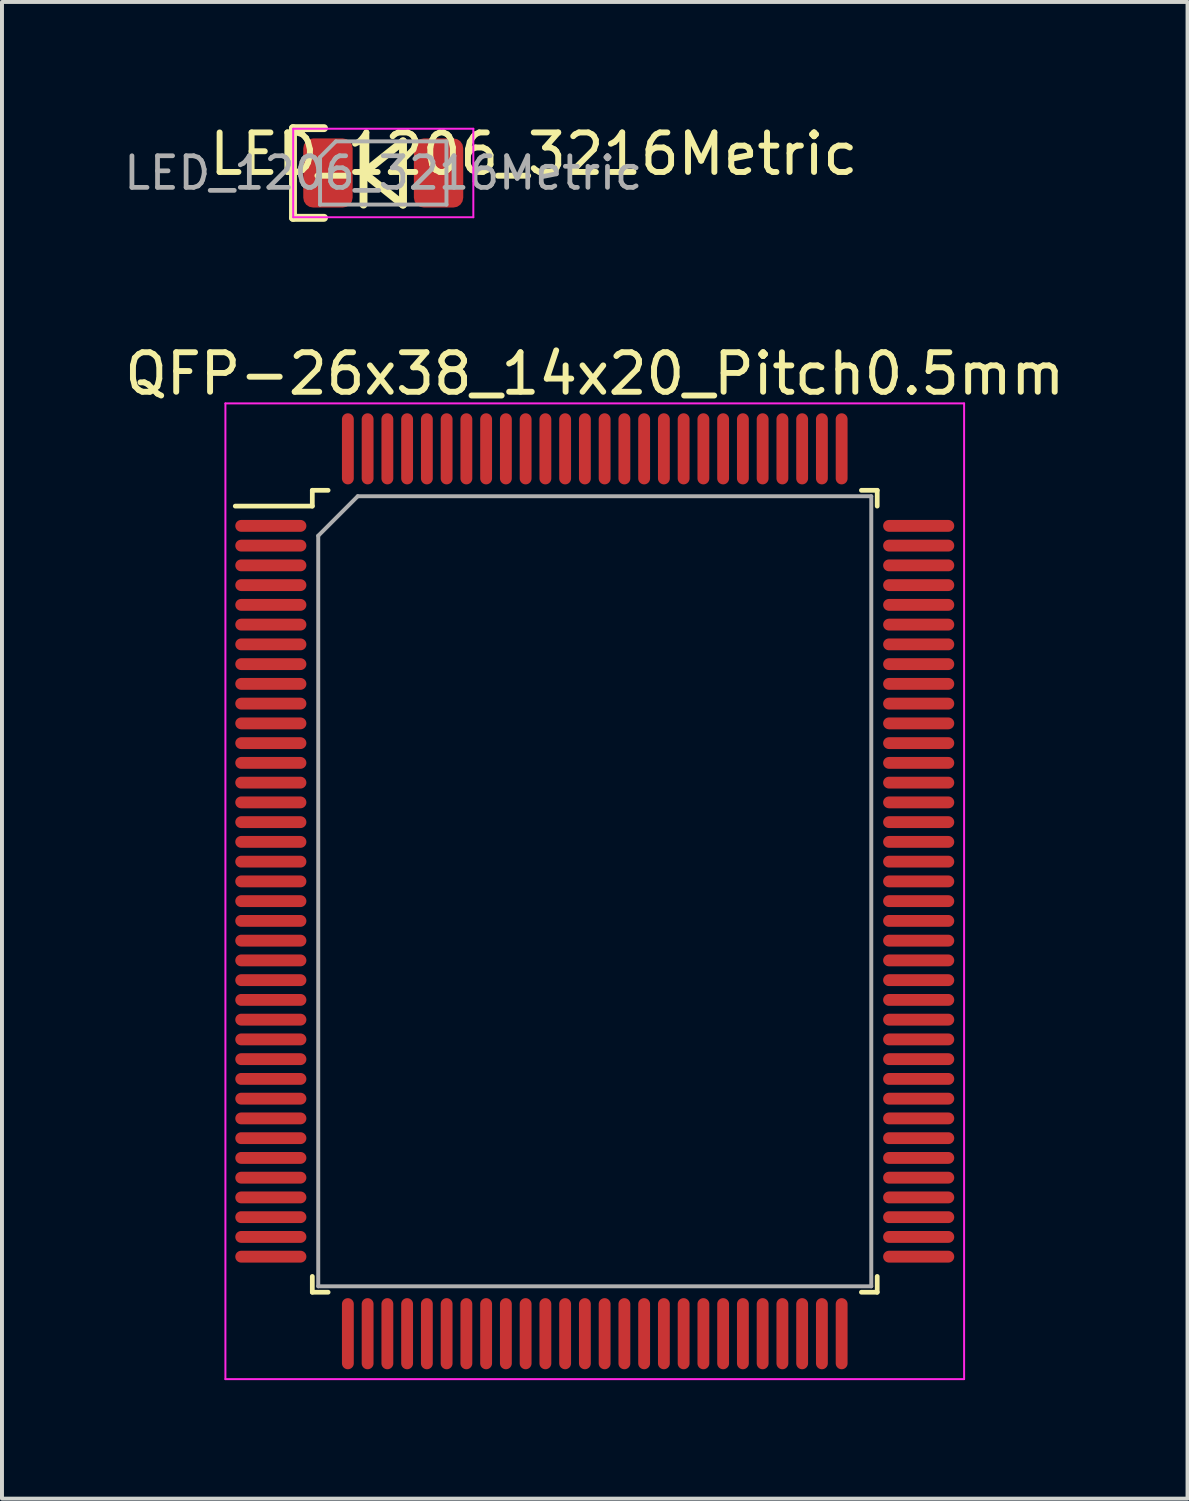
<source format=kicad_pcb>
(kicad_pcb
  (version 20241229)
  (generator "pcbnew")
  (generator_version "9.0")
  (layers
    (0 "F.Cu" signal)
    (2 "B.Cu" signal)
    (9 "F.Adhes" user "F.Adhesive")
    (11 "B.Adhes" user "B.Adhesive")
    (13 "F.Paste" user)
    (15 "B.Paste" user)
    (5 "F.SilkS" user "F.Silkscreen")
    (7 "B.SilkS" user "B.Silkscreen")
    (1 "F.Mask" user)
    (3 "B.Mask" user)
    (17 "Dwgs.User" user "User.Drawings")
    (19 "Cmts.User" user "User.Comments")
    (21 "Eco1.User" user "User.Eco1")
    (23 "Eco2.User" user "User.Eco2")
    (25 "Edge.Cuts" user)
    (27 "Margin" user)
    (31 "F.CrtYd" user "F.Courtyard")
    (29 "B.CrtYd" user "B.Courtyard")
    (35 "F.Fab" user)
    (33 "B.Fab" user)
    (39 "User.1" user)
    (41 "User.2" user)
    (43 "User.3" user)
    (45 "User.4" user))
  (footprint "QFP-26x38_14x20_Pitch0.5mm"
    (layer "F.Cu")
    (at 12.006 19.512)
    (property "Reference" "QFP-26x38_14x20_Pitch0.5mm" (at 0 -13.1 0) (layer "F.SilkS") (effects (font (size 1 1) (thickness 0.15))))
    (attr through_hole)
    (fp_line (start -7.15 -10.15) (end -7.15 -9.75) (stroke (width 0.12) (type solid)) (layer "F.SilkS"))
    (fp_line (start -7.15 -9.75) (end -9.1 -9.75) (stroke (width 0.12) (type solid)) (layer "F.SilkS"))
    (fp_line (start -7.15 10.15) (end -7.15 9.75) (stroke (width 0.12) (type solid)) (layer "F.SilkS"))
    (fp_line (start -6.75 -10.15) (end -7.15 -10.15) (stroke (width 0.12) (type solid)) (layer "F.SilkS"))
    (fp_line (start -6.75 10.15) (end -7.15 10.15) (stroke (width 0.12) (type solid)) (layer "F.SilkS"))
    (fp_line (start 6.75 -10.15) (end 7.15 -10.15) (stroke (width 0.12) (type solid)) (layer "F.SilkS"))
    (fp_line (start 6.75 10.15) (end 7.15 10.15) (stroke (width 0.12) (type solid)) (layer "F.SilkS"))
    (fp_line (start 7.15 -10.15) (end 7.15 -9.75) (stroke (width 0.12) (type solid)) (layer "F.SilkS"))
    (fp_line (start 7.15 10.15) (end 7.15 9.75) (stroke (width 0.12) (type solid)) (layer "F.SilkS"))
    (fp_line (start -9.35 -12.35) (end 9.35 -12.35) (stroke (width 0.05) (type solid)) (layer "F.CrtYd"))
    (fp_line (start -9.35 12.35) (end -9.35 -12.35) (stroke (width 0.05) (type solid)) (layer "F.CrtYd"))
    (fp_line (start 9.35 -12.35) (end 9.35 12.35) (stroke (width 0.05) (type solid)) (layer "F.CrtYd"))
    (fp_line (start 9.35 12.35) (end -9.35 12.35) (stroke (width 0.05) (type solid)) (layer "F.CrtYd"))
    (fp_line (start -7 -9) (end -7 10) (stroke (width 0.1) (type solid)) (layer "F.Fab"))
    (fp_line (start -7 10) (end 7 10) (stroke (width 0.1) (type solid)) (layer "F.Fab"))
    (fp_line (start -6 -10) (end -7 -9) (stroke (width 0.1) (type solid)) (layer "F.Fab"))
    (fp_line (start 7 -10) (end -6 -10) (stroke (width 0.1) (type solid)) (layer "F.Fab"))
    (fp_line (start 7 10) (end 7 -10) (stroke (width 0.1) (type solid)) (layer "F.Fab"))
    (pad "1" smd oval (at -8.2 -9.25 90) (size 0.3 1.8) (layers "F.Cu" "F.Mask" "F.Paste"))
    (pad "2" smd oval (at -8.2 -8.75 90) (size 0.3 1.8) (layers "F.Cu" "F.Mask" "F.Paste"))
    (pad "3" smd oval (at -8.2 -8.25 90) (size 0.3 1.8) (layers "F.Cu" "F.Mask" "F.Paste"))
    (pad "4" smd oval (at -8.2 -7.75 90) (size 0.3 1.8) (layers "F.Cu" "F.Mask" "F.Paste"))
    (pad "5" smd oval (at -8.2 -7.25 90) (size 0.3 1.8) (layers "F.Cu" "F.Mask" "F.Paste"))
    (pad "6" smd oval (at -8.2 -6.75 90) (size 0.3 1.8) (layers "F.Cu" "F.Mask" "F.Paste"))
    (pad "7" smd oval (at -8.2 -6.25 90) (size 0.3 1.8) (layers "F.Cu" "F.Mask" "F.Paste"))
    (pad "8" smd oval (at -8.2 -5.75 90) (size 0.3 1.8) (layers "F.Cu" "F.Mask" "F.Paste"))
    (pad "9" smd oval (at -8.2 -5.25 90) (size 0.3 1.8) (layers "F.Cu" "F.Mask" "F.Paste"))
    (pad "10" smd oval (at -8.2 -4.75 90) (size 0.3 1.8) (layers "F.Cu" "F.Mask" "F.Paste"))
    (pad "11" smd oval (at -8.2 -4.25 90) (size 0.3 1.8) (layers "F.Cu" "F.Mask" "F.Paste"))
    (pad "12" smd oval (at -8.2 -3.75 90) (size 0.3 1.8) (layers "F.Cu" "F.Mask" "F.Paste"))
    (pad "13" smd oval (at -8.2 -3.25 90) (size 0.3 1.8) (layers "F.Cu" "F.Mask" "F.Paste"))
    (pad "14" smd oval (at -8.2 -2.75 90) (size 0.3 1.8) (layers "F.Cu" "F.Mask" "F.Paste"))
    (pad "15" smd oval (at -8.2 -2.25 90) (size 0.3 1.8) (layers "F.Cu" "F.Mask" "F.Paste"))
    (pad "16" smd oval (at -8.2 -1.75 90) (size 0.3 1.8) (layers "F.Cu" "F.Mask" "F.Paste"))
    (pad "17" smd oval (at -8.2 -1.25 90) (size 0.3 1.8) (layers "F.Cu" "F.Mask" "F.Paste"))
    (pad "18" smd oval (at -8.2 -0.75 90) (size 0.3 1.8) (layers "F.Cu" "F.Mask" "F.Paste"))
    (pad "19" smd oval (at -8.2 -0.25 90) (size 0.3 1.8) (layers "F.Cu" "F.Mask" "F.Paste"))
    (pad "20" smd oval (at -8.2 0.25 90) (size 0.3 1.8) (layers "F.Cu" "F.Mask" "F.Paste"))
    (pad "21" smd oval (at -8.2 0.75 90) (size 0.3 1.8) (layers "F.Cu" "F.Mask" "F.Paste"))
    (pad "22" smd oval (at -8.2 1.25 90) (size 0.3 1.8) (layers "F.Cu" "F.Mask" "F.Paste"))
    (pad "23" smd oval (at -8.2 1.75 90) (size 0.3 1.8) (layers "F.Cu" "F.Mask" "F.Paste"))
    (pad "24" smd oval (at -8.2 2.25 90) (size 0.3 1.8) (layers "F.Cu" "F.Mask" "F.Paste"))
    (pad "25" smd oval (at -8.2 2.75 90) (size 0.3 1.8) (layers "F.Cu" "F.Mask" "F.Paste"))
    (pad "26" smd oval (at -8.2 3.25 90) (size 0.3 1.8) (layers "F.Cu" "F.Mask" "F.Paste"))
    (pad "27" smd oval (at -8.2 3.75 90) (size 0.3 1.8) (layers "F.Cu" "F.Mask" "F.Paste"))
    (pad "28" smd oval (at -8.2 4.25 90) (size 0.3 1.8) (layers "F.Cu" "F.Mask" "F.Paste"))
    (pad "29" smd oval (at -8.2 4.75 90) (size 0.3 1.8) (layers "F.Cu" "F.Mask" "F.Paste"))
    (pad "30" smd oval (at -8.2 5.25 90) (size 0.3 1.8) (layers "F.Cu" "F.Mask" "F.Paste"))
    (pad "31" smd oval (at -8.2 5.75 90) (size 0.3 1.8) (layers "F.Cu" "F.Mask" "F.Paste"))
    (pad "32" smd oval (at -8.2 6.25 90) (size 0.3 1.8) (layers "F.Cu" "F.Mask" "F.Paste"))
    (pad "33" smd oval (at -8.2 6.75 90) (size 0.3 1.8) (layers "F.Cu" "F.Mask" "F.Paste"))
    (pad "34" smd oval (at -8.2 7.25 90) (size 0.3 1.8) (layers "F.Cu" "F.Mask" "F.Paste"))
    (pad "35" smd oval (at -8.2 7.75 90) (size 0.3 1.8) (layers "F.Cu" "F.Mask" "F.Paste"))
    (pad "36" smd oval (at -8.2 8.25 90) (size 0.3 1.8) (layers "F.Cu" "F.Mask" "F.Paste"))
    (pad "37" smd oval (at -8.2 8.75 90) (size 0.3 1.8) (layers "F.Cu" "F.Mask" "F.Paste"))
    (pad "38" smd oval (at -8.2 9.25 90) (size 0.3 1.8) (layers "F.Cu" "F.Mask" "F.Paste"))
    (pad "39" smd oval (at -6.25 11.2) (size 0.3 1.8) (layers "F.Cu" "F.Mask" "F.Paste"))
    (pad "40" smd oval (at -5.75 11.2) (size 0.3 1.8) (layers "F.Cu" "F.Mask" "F.Paste"))
    (pad "41" smd oval (at -5.25 11.2) (size 0.3 1.8) (layers "F.Cu" "F.Mask" "F.Paste"))
    (pad "42" smd oval (at -4.75 11.2) (size 0.3 1.8) (layers "F.Cu" "F.Mask" "F.Paste"))
    (pad "43" smd oval (at -4.25 11.2) (size 0.3 1.8) (layers "F.Cu" "F.Mask" "F.Paste"))
    (pad "44" smd oval (at -3.75 11.2) (size 0.3 1.8) (layers "F.Cu" "F.Mask" "F.Paste"))
    (pad "45" smd oval (at -3.25 11.2) (size 0.3 1.8) (layers "F.Cu" "F.Mask" "F.Paste"))
    (pad "46" smd oval (at -2.75 11.2) (size 0.3 1.8) (layers "F.Cu" "F.Mask" "F.Paste"))
    (pad "47" smd oval (at -2.25 11.2) (size 0.3 1.8) (layers "F.Cu" "F.Mask" "F.Paste"))
    (pad "48" smd oval (at -1.75 11.2) (size 0.3 1.8) (layers "F.Cu" "F.Mask" "F.Paste"))
    (pad "49" smd oval (at -1.25 11.2) (size 0.3 1.8) (layers "F.Cu" "F.Mask" "F.Paste"))
    (pad "50" smd oval (at -0.75 11.2) (size 0.3 1.8) (layers "F.Cu" "F.Mask" "F.Paste"))
    (pad "51" smd oval (at -0.25 11.2) (size 0.3 1.8) (layers "F.Cu" "F.Mask" "F.Paste"))
    (pad "52" smd oval (at 0.25 11.2) (size 0.3 1.8) (layers "F.Cu" "F.Mask" "F.Paste"))
    (pad "53" smd oval (at 0.75 11.2) (size 0.3 1.8) (layers "F.Cu" "F.Mask" "F.Paste"))
    (pad "54" smd oval (at 1.25 11.2) (size 0.3 1.8) (layers "F.Cu" "F.Mask" "F.Paste"))
    (pad "55" smd oval (at 1.75 11.2) (size 0.3 1.8) (layers "F.Cu" "F.Mask" "F.Paste"))
    (pad "56" smd oval (at 2.25 11.2) (size 0.3 1.8) (layers "F.Cu" "F.Mask" "F.Paste"))
    (pad "57" smd oval (at 2.75 11.2) (size 0.3 1.8) (layers "F.Cu" "F.Mask" "F.Paste"))
    (pad "58" smd oval (at 3.25 11.2) (size 0.3 1.8) (layers "F.Cu" "F.Mask" "F.Paste"))
    (pad "59" smd oval (at 3.75 11.2) (size 0.3 1.8) (layers "F.Cu" "F.Mask" "F.Paste"))
    (pad "60" smd oval (at 4.25 11.2) (size 0.3 1.8) (layers "F.Cu" "F.Mask" "F.Paste"))
    (pad "61" smd oval (at 4.75 11.2) (size 0.3 1.8) (layers "F.Cu" "F.Mask" "F.Paste"))
    (pad "62" smd oval (at 5.25 11.2) (size 0.3 1.8) (layers "F.Cu" "F.Mask" "F.Paste"))
    (pad "63" smd oval (at 5.75 11.2) (size 0.3 1.8) (layers "F.Cu" "F.Mask" "F.Paste"))
    (pad "64" smd oval (at 6.25 11.2) (size 0.3 1.8) (layers "F.Cu" "F.Mask" "F.Paste"))
    (pad "65" smd oval (at 8.2 9.25 90) (size 0.3 1.8) (layers "F.Cu" "F.Mask" "F.Paste"))
    (pad "66" smd oval (at 8.2 8.75 90) (size 0.3 1.8) (layers "F.Cu" "F.Mask" "F.Paste"))
    (pad "67" smd oval (at 8.2 8.25 90) (size 0.3 1.8) (layers "F.Cu" "F.Mask" "F.Paste"))
    (pad "68" smd oval (at 8.2 7.75 90) (size 0.3 1.8) (layers "F.Cu" "F.Mask" "F.Paste"))
    (pad "69" smd oval (at 8.2 7.25 90) (size 0.3 1.8) (layers "F.Cu" "F.Mask" "F.Paste"))
    (pad "70" smd oval (at 8.2 6.75 90) (size 0.3 1.8) (layers "F.Cu" "F.Mask" "F.Paste"))
    (pad "71" smd oval (at 8.2 6.25 90) (size 0.3 1.8) (layers "F.Cu" "F.Mask" "F.Paste"))
    (pad "72" smd oval (at 8.2 5.75 90) (size 0.3 1.8) (layers "F.Cu" "F.Mask" "F.Paste"))
    (pad "73" smd oval (at 8.2 5.25 90) (size 0.3 1.8) (layers "F.Cu" "F.Mask" "F.Paste"))
    (pad "74" smd oval (at 8.2 4.75 90) (size 0.3 1.8) (layers "F.Cu" "F.Mask" "F.Paste"))
    (pad "75" smd oval (at 8.2 4.25 90) (size 0.3 1.8) (layers "F.Cu" "F.Mask" "F.Paste"))
    (pad "76" smd oval (at 8.2 3.75 90) (size 0.3 1.8) (layers "F.Cu" "F.Mask" "F.Paste"))
    (pad "77" smd oval (at 8.2 3.25 90) (size 0.3 1.8) (layers "F.Cu" "F.Mask" "F.Paste"))
    (pad "78" smd oval (at 8.2 2.75 90) (size 0.3 1.8) (layers "F.Cu" "F.Mask" "F.Paste"))
    (pad "79" smd oval (at 8.2 2.25 90) (size 0.3 1.8) (layers "F.Cu" "F.Mask" "F.Paste"))
    (pad "80" smd oval (at 8.2 1.75 90) (size 0.3 1.8) (layers "F.Cu" "F.Mask" "F.Paste"))
    (pad "81" smd oval (at 8.2 1.25 90) (size 0.3 1.8) (layers "F.Cu" "F.Mask" "F.Paste"))
    (pad "82" smd oval (at 8.2 0.75 90) (size 0.3 1.8) (layers "F.Cu" "F.Mask" "F.Paste"))
    (pad "83" smd oval (at 8.2 0.25 90) (size 0.3 1.8) (layers "F.Cu" "F.Mask" "F.Paste"))
    (pad "84" smd oval (at 8.2 -0.25 90) (size 0.3 1.8) (layers "F.Cu" "F.Mask" "F.Paste"))
    (pad "85" smd oval (at 8.2 -0.75 90) (size 0.3 1.8) (layers "F.Cu" "F.Mask" "F.Paste"))
    (pad "86" smd oval (at 8.2 -1.25 90) (size 0.3 1.8) (layers "F.Cu" "F.Mask" "F.Paste"))
    (pad "87" smd oval (at 8.2 -1.75 90) (size 0.3 1.8) (layers "F.Cu" "F.Mask" "F.Paste"))
    (pad "88" smd oval (at 8.2 -2.25 90) (size 0.3 1.8) (layers "F.Cu" "F.Mask" "F.Paste"))
    (pad "89" smd oval (at 8.2 -2.75 90) (size 0.3 1.8) (layers "F.Cu" "F.Mask" "F.Paste"))
    (pad "90" smd oval (at 8.2 -3.25 90) (size 0.3 1.8) (layers "F.Cu" "F.Mask" "F.Paste"))
    (pad "91" smd oval (at 8.2 -3.75 90) (size 0.3 1.8) (layers "F.Cu" "F.Mask" "F.Paste"))
    (pad "92" smd oval (at 8.2 -4.25 90) (size 0.3 1.8) (layers "F.Cu" "F.Mask" "F.Paste"))
    (pad "93" smd oval (at 8.2 -4.75 90) (size 0.3 1.8) (layers "F.Cu" "F.Mask" "F.Paste"))
    (pad "94" smd oval (at 8.2 -5.25 90) (size 0.3 1.8) (layers "F.Cu" "F.Mask" "F.Paste"))
    (pad "95" smd oval (at 8.2 -5.75 90) (size 0.3 1.8) (layers "F.Cu" "F.Mask" "F.Paste"))
    (pad "96" smd oval (at 8.2 -6.25 90) (size 0.3 1.8) (layers "F.Cu" "F.Mask" "F.Paste"))
    (pad "97" smd oval (at 8.2 -6.75 90) (size 0.3 1.8) (layers "F.Cu" "F.Mask" "F.Paste"))
    (pad "98" smd oval (at 8.2 -7.25 90) (size 0.3 1.8) (layers "F.Cu" "F.Mask" "F.Paste"))
    (pad "99" smd oval (at 8.2 -7.75 90) (size 0.3 1.8) (layers "F.Cu" "F.Mask" "F.Paste"))
    (pad "100" smd oval (at 8.2 -8.25 90) (size 0.3 1.8) (layers "F.Cu" "F.Mask" "F.Paste"))
    (pad "101" smd oval (at 8.2 -8.75 90) (size 0.3 1.8) (layers "F.Cu" "F.Mask" "F.Paste"))
    (pad "102" smd oval (at 8.2 -9.25 90) (size 0.3 1.8) (layers "F.Cu" "F.Mask" "F.Paste"))
    (pad "103" smd oval (at 6.25 -11.2) (size 0.3 1.8) (layers "F.Cu" "F.Mask" "F.Paste"))
    (pad "104" smd oval (at 5.75 -11.2) (size 0.3 1.8) (layers "F.Cu" "F.Mask" "F.Paste"))
    (pad "105" smd oval (at 5.25 -11.2) (size 0.3 1.8) (layers "F.Cu" "F.Mask" "F.Paste"))
    (pad "106" smd oval (at 4.75 -11.2) (size 0.3 1.8) (layers "F.Cu" "F.Mask" "F.Paste"))
    (pad "107" smd oval (at 4.25 -11.2) (size 0.3 1.8) (layers "F.Cu" "F.Mask" "F.Paste"))
    (pad "108" smd oval (at 3.75 -11.2) (size 0.3 1.8) (layers "F.Cu" "F.Mask" "F.Paste"))
    (pad "109" smd oval (at 3.25 -11.2) (size 0.3 1.8) (layers "F.Cu" "F.Mask" "F.Paste"))
    (pad "110" smd oval (at 2.75 -11.2) (size 0.3 1.8) (layers "F.Cu" "F.Mask" "F.Paste"))
    (pad "111" smd oval (at 2.25 -11.2) (size 0.3 1.8) (layers "F.Cu" "F.Mask" "F.Paste"))
    (pad "112" smd oval (at 1.75 -11.2) (size 0.3 1.8) (layers "F.Cu" "F.Mask" "F.Paste"))
    (pad "113" smd oval (at 1.25 -11.2) (size 0.3 1.8) (layers "F.Cu" "F.Mask" "F.Paste"))
    (pad "114" smd oval (at 0.75 -11.2) (size 0.3 1.8) (layers "F.Cu" "F.Mask" "F.Paste"))
    (pad "115" smd oval (at 0.25 -11.2) (size 0.3 1.8) (layers "F.Cu" "F.Mask" "F.Paste"))
    (pad "116" smd oval (at -0.25 -11.2) (size 0.3 1.8) (layers "F.Cu" "F.Mask" "F.Paste"))
    (pad "117" smd oval (at -0.75 -11.2) (size 0.3 1.8) (layers "F.Cu" "F.Mask" "F.Paste"))
    (pad "118" smd oval (at -1.25 -11.2) (size 0.3 1.8) (layers "F.Cu" "F.Mask" "F.Paste"))
    (pad "119" smd oval (at -1.75 -11.2) (size 0.3 1.8) (layers "F.Cu" "F.Mask" "F.Paste"))
    (pad "120" smd oval (at -2.25 -11.2) (size 0.3 1.8) (layers "F.Cu" "F.Mask" "F.Paste"))
    (pad "121" smd oval (at -2.75 -11.2) (size 0.3 1.8) (layers "F.Cu" "F.Mask" "F.Paste"))
    (pad "122" smd oval (at -3.25 -11.2) (size 0.3 1.8) (layers "F.Cu" "F.Mask" "F.Paste"))
    (pad "123" smd oval (at -3.75 -11.2) (size 0.3 1.8) (layers "F.Cu" "F.Mask" "F.Paste"))
    (pad "124" smd oval (at -4.25 -11.2) (size 0.3 1.8) (layers "F.Cu" "F.Mask" "F.Paste"))
    (pad "125" smd oval (at -4.75 -11.2) (size 0.3 1.8) (layers "F.Cu" "F.Mask" "F.Paste"))
    (pad "126" smd oval (at -5.25 -11.2) (size 0.3 1.8) (layers "F.Cu" "F.Mask" "F.Paste"))
    (pad "127" smd oval (at -5.75 -11.2) (size 0.3 1.8) (layers "F.Cu" "F.Mask" "F.Paste"))
    (pad "128" smd oval (at -6.25 -11.2) (size 0.3 1.8) (layers "F.Cu" "F.Mask" "F.Paste")))
  (footprint "LED_1206_3216Metric"
    (layer "F.Cu")
    (at 6.652 1.329)
    (property "Reference" "LED_1206_3216Metric" (at 3.81 -0.481 180) (layer "F.SilkS") (effects (font (size 1 1) (thickness 0.15))))
    (attr smd)
    (fp_line (start -2.285 -1.135) (end -2.285 1.135) (stroke (width 0.2) (type solid)) (layer "F.SilkS"))
    (fp_line (start -2.285 1.135) (end -1.5 1.135) (stroke (width 0.2) (type solid)) (layer "F.SilkS"))
    (fp_line (start -1.5 -1.135) (end -2.285 -1.135) (stroke (width 0.2) (type solid)) (layer "F.SilkS"))
    (fp_line (start -0.5 0) (end 0.5 -0.8) (stroke (width 0.2) (type solid)) (layer "F.SilkS"))
    (fp_line (start -0.5 0.8) (end -0.5 -0.8) (stroke (width 0.2) (type solid)) (layer "F.SilkS"))
    (fp_line (start 0.5 -0.8) (end 0.5 0.8) (stroke (width 0.2) (type solid)) (layer "F.SilkS"))
    (fp_line (start 0.5 0.8) (end -0.5 0) (stroke (width 0.2) (type solid)) (layer "F.SilkS"))
    (fp_line (start -2.28 -1.12) (end 2.28 -1.12) (stroke (width 0.05) (type solid)) (layer "F.CrtYd"))
    (fp_line (start -2.28 1.12) (end -2.28 -1.12) (stroke (width 0.05) (type solid)) (layer "F.CrtYd"))
    (fp_line (start 2.28 -1.12) (end 2.28 1.12) (stroke (width 0.05) (type solid)) (layer "F.CrtYd"))
    (fp_line (start 2.28 1.12) (end -2.28 1.12) (stroke (width 0.05) (type solid)) (layer "F.CrtYd"))
    (fp_line (start -1.6 -0.4) (end -1.6 0.8) (stroke (width 0.1) (type solid)) (layer "F.Fab"))
    (fp_line (start -1.6 0.8) (end 1.6 0.8) (stroke (width 0.1) (type solid)) (layer "F.Fab"))
    (fp_line (start -1.2 -0.8) (end -1.6 -0.4) (stroke (width 0.1) (type solid)) (layer "F.Fab"))
    (fp_line (start 1.6 -0.8) (end -1.2 -0.8) (stroke (width 0.1) (type solid)) (layer "F.Fab"))
    (fp_line (start 1.6 0.8) (end 1.6 -0.8) (stroke (width 0.1) (type solid)) (layer "F.Fab"))
    (fp_text user "${REFERENCE}" (at 0 0 180) (layer "F.Fab") (effects (font (size 0.8 0.8) (thickness 0.12))))
    (pad "1" smd roundrect (at -1.4 0) (size 1.25 1.75) (layers "F.Cu" "F.Mask" "F.Paste") (roundrect_rratio 0.2))
    (pad "2" smd roundrect (at 1.4 0) (size 1.25 1.75) (layers "F.Cu" "F.Mask" "F.Paste") (roundrect_rratio 0.2)))
  (gr_rect
    (start -3 -3)
    (end 27.012 34.887)
    (stroke (width 0.1) (type default))
    (fill no)
    (layer "Edge.Cuts")))
</source>
